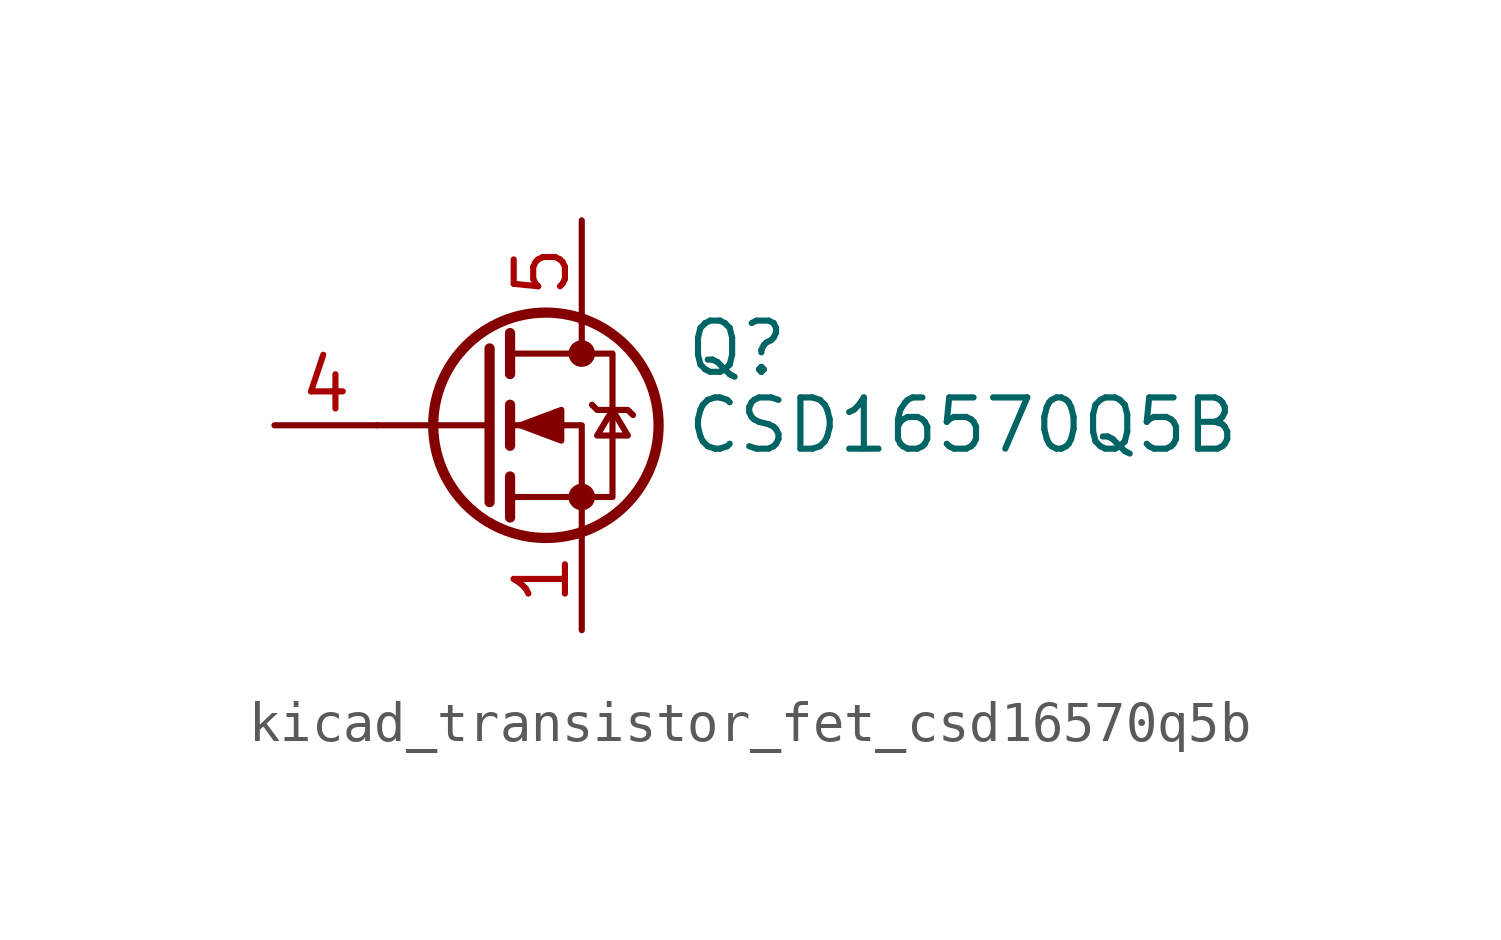
<source format=kicad_sym>
(kicad_symbol_lib
  (version 20220914)
  (generator kicad_symbol_editor)
  (symbol "kicad_transistor_fet_csd16570q5b"
    (pin_names hide)
    (property "Reference" "Q"
      (at 5.08 1.905 0)
      (effects (font (size 1.27 1.27)) (justify left)))
    (property "Value" "CSD16570Q5B"
      (at 5.08 0 0)
      (effects (font (size 1.27 1.27)) (justify left)))
    (symbol "kicad_transistor_fet_csd16570q5b_0_1"
      (polyline (pts (xy 0.254 0) (xy -2.54 0)) (stroke (width 0) (type default)) (fill (type none)))
      (polyline (pts (xy 0.254 1.905) (xy 0.254 -1.905)) (stroke (width 0.254) (type default)) (fill (type none)))
      (polyline (pts (xy 0.762 -1.27) (xy 0.762 -2.286)) (stroke (width 0.254) (type default)) (fill (type none)))
      (polyline (pts (xy 0.762 0.508) (xy 0.762 -0.508)) (stroke (width 0.254) (type default)) (fill (type none)))
      (polyline (pts (xy 0.762 2.286) (xy 0.762 1.27)) (stroke (width 0.254) (type default)) (fill (type none)))
      (polyline (pts (xy 2.54 2.54) (xy 2.54 1.778)) (stroke (width 0) (type default)) (fill (type none)))
      (polyline (pts (xy 2.54 -2.54) (xy 2.54 0) (xy 0.762 0)) (stroke (width 0) (type default)) (fill (type none)))
      (polyline (pts (xy 0.762 -1.778) (xy 3.302 -1.778) (xy 3.302 1.778) (xy 0.762 1.778)) (stroke (width 0) (type default)) (fill (type none)))
      (polyline (pts (xy 1.016 0) (xy 2.032 0.381) (xy 2.032 -0.381) (xy 1.016 0)) (stroke (width 0) (type default)) (fill (type outline)))
      (polyline (pts (xy 2.794 0.508) (xy 2.921 0.381) (xy 3.683 0.381) (xy 3.81 0.254)) (stroke (width 0) (type default)) (fill (type none)))
      (polyline (pts (xy 3.302 0.381) (xy 2.921 -0.254) (xy 3.683 -0.254) (xy 3.302 0.381)) (stroke (width 0) (type default)) (fill (type none)))
      (circle (center 1.651 0) (radius 2.794) (stroke (width 0.254) (type default)) (fill (type none)))
      (circle (center 2.54 -1.778) (radius 0.254) (stroke (width 0) (type default)) (fill (type outline)))
      (circle (center 2.54 1.778) (radius 0.254) (stroke (width 0) (type default)) (fill (type outline))))
    (symbol "kicad_transistor_fet_csd16570q5b_1_1"
      (pin passive line (at 2.54 -5.08 90) (length 2.54) (name "S" (effects (font (size 1.27 1.27)))) (number "1" (effects (font (size 1.27 1.27)))))
      (pin passive line (at 2.54 -5.08 90) (length 2.54) hide (name "S" (effects (font (size 1.27 1.27)))) (number "2" (effects (font (size 1.27 1.27)))))
      (pin passive line (at 2.54 -5.08 90) (length 2.54) hide (name "S" (effects (font (size 1.27 1.27)))) (number "3" (effects (font (size 1.27 1.27)))))
      (pin passive line (at -5.08 0 0) (length 2.54) (name "G" (effects (font (size 1.27 1.27)))) (number "4" (effects (font (size 1.27 1.27)))))
      (pin passive line (at 2.54 5.08 270) (length 2.54) (name "D" (effects (font (size 1.27 1.27)))) (number "5" (effects (font (size 1.27 1.27))))))))
</source>
